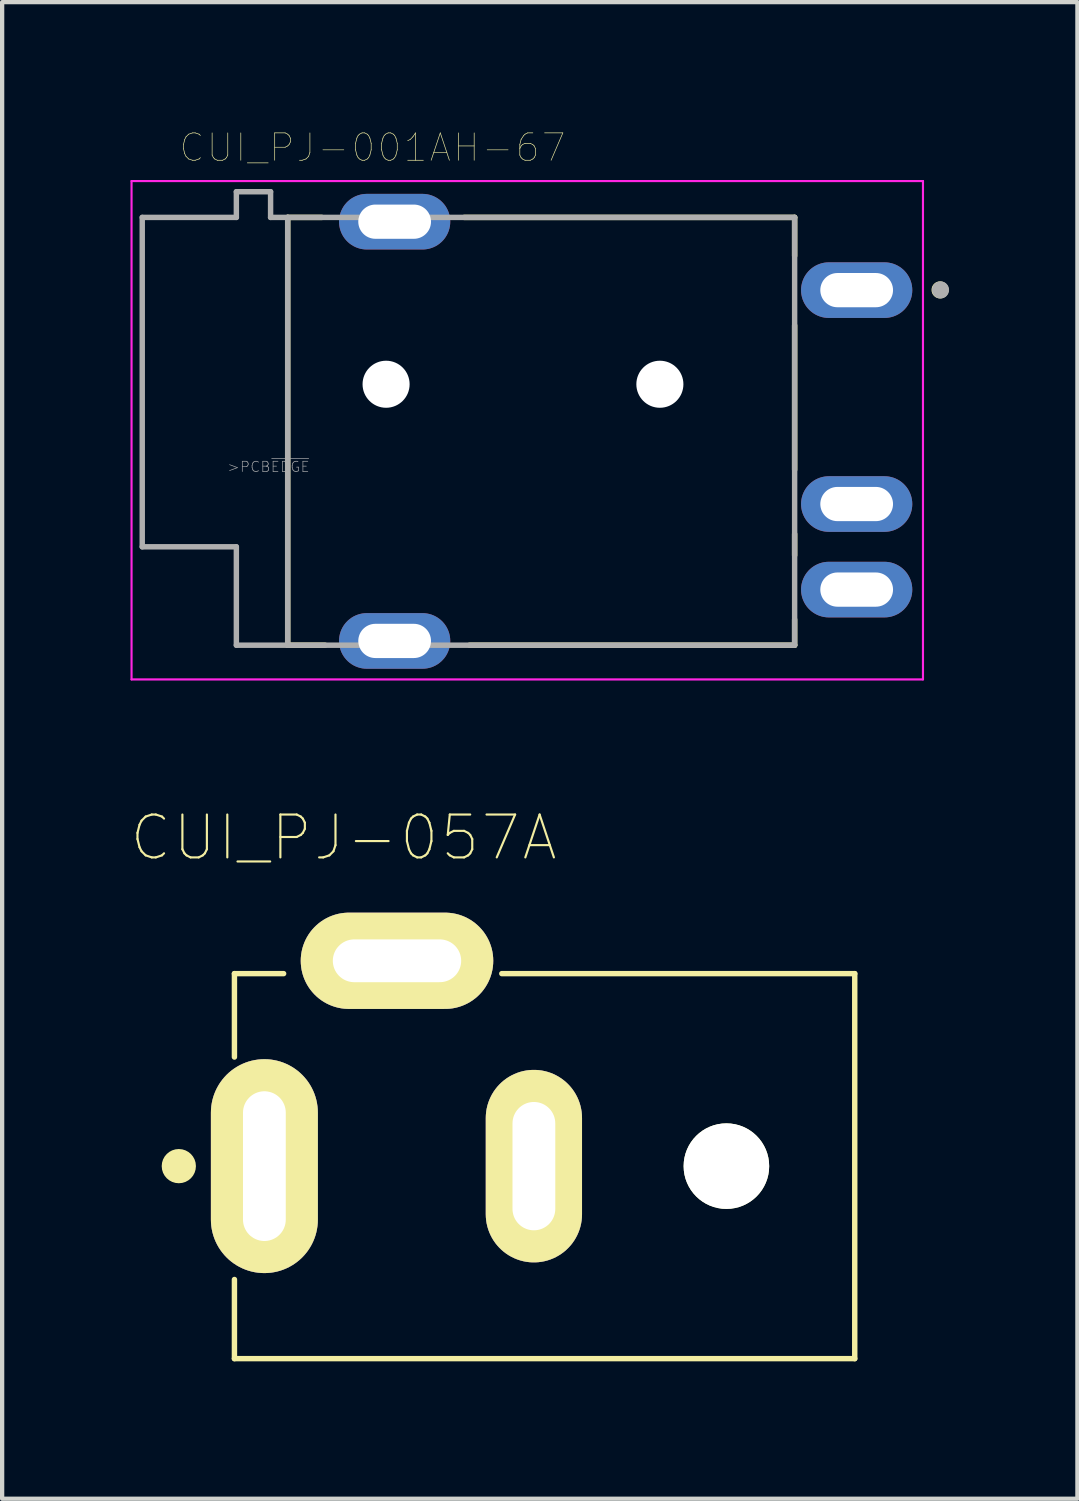
<source format=kicad_pcb>
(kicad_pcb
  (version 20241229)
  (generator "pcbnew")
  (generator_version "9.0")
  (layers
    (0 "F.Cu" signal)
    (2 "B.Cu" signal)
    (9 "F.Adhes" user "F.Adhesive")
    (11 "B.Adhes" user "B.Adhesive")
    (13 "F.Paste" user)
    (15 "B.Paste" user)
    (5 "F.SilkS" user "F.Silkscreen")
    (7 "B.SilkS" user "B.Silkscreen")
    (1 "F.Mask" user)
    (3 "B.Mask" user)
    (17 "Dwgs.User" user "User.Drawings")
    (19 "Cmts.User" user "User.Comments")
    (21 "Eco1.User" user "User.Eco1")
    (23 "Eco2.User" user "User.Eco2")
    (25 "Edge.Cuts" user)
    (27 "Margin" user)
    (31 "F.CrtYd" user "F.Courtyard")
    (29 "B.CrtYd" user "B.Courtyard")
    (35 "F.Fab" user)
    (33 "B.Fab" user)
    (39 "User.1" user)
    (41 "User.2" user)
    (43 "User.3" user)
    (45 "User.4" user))
  (footprint "CUI_PJ-001AH-67"
    (layer "F.Cu")
    (at 3.675 5.932)
    (property "Reference" "CUI_PJ-001AH-67" (at 1.982 -5.531 0) (layer "F.SilkS") (effects (font (size 0.64 0.64) (thickness 0.015))))
    (attr through_hole)
    (fp_line (start 0 -3.9) (end 0.8 -3.9) (stroke (width 0.127) (type solid)) (layer "F.SilkS"))
    (fp_line (start 0 6.1) (end 0 -3.9) (stroke (width 0.127) (type solid)) (layer "F.SilkS"))
    (fp_line (start 0.875 6.1) (end 0 6.1) (stroke (width 0.127) (type solid)) (layer "F.SilkS"))
    (fp_line (start 4.125 -3.9) (end 11.85 -3.9) (stroke (width 0.127) (type solid)) (layer "F.SilkS"))
    (fp_line (start 11.85 -3.9) (end 11.85 -3) (stroke (width 0.127) (type solid)) (layer "F.SilkS"))
    (fp_line (start 11.85 -1.375) (end 11.85 2) (stroke (width 0.127) (type solid)) (layer "F.SilkS"))
    (fp_line (start 11.85 3.5) (end 11.85 4) (stroke (width 0.127) (type solid)) (layer "F.SilkS"))
    (fp_line (start 11.85 5.5) (end 11.85 6.1) (stroke (width 0.127) (type solid)) (layer "F.SilkS"))
    (fp_line (start 11.85 6.1) (end 4.25 6.1) (stroke (width 0.127) (type solid)) (layer "F.SilkS"))
    (fp_circle (center 15.25 -2.205) (end 15.35 -2.205) (stroke (width 0.2) (type solid)) (fill no) (layer "F.SilkS"))
    (fp_line (start -3.65 -4.75) (end 14.85 -4.75) (stroke (width 0.05) (type solid)) (layer "F.CrtYd"))
    (fp_line (start -3.65 6.9) (end -3.65 -4.75) (stroke (width 0.05) (type solid)) (layer "F.CrtYd"))
    (fp_line (start 14.85 -4.75) (end 14.85 6.9) (stroke (width 0.05) (type solid)) (layer "F.CrtYd"))
    (fp_line (start 14.85 6.9) (end -3.65 6.9) (stroke (width 0.05) (type solid)) (layer "F.CrtYd"))
    (fp_line (start -3.4 -3.9) (end -1.2 -3.9) (stroke (width 0.127) (type solid)) (layer "F.Fab"))
    (fp_line (start -3.4 3.8) (end -3.4 -3.9) (stroke (width 0.127) (type solid)) (layer "F.Fab"))
    (fp_line (start -1.2 -4.5) (end -0.4 -4.5) (stroke (width 0.127) (type solid)) (layer "F.Fab"))
    (fp_line (start -1.2 -3.9) (end -1.2 -4.5) (stroke (width 0.127) (type solid)) (layer "F.Fab"))
    (fp_line (start -1.2 3.8) (end -3.4 3.8) (stroke (width 0.127) (type solid)) (layer "F.Fab"))
    (fp_line (start -1.2 6.1) (end -1.2 3.8) (stroke (width 0.127) (type solid)) (layer "F.Fab"))
    (fp_line (start -0.4 -4.5) (end -0.4 -3.9) (stroke (width 0.127) (type solid)) (layer "F.Fab"))
    (fp_line (start -0.4 -3.9) (end 0 -3.9) (stroke (width 0.127) (type solid)) (layer "F.Fab"))
    (fp_line (start 0 -3.9) (end 11.85 -3.9) (stroke (width 0.127) (type solid)) (layer "F.Fab"))
    (fp_line (start 0 6.1) (end -1.2 6.1) (stroke (width 0.127) (type solid)) (layer "F.Fab"))
    (fp_line (start 0 6.1) (end 0 -3.9) (stroke (width 0.127) (type solid)) (layer "F.Fab"))
    (fp_line (start 0 6.1) (end 11.85 6.1) (stroke (width 0.127) (type solid)) (layer "F.Fab"))
    (fp_line (start 11.85 6.1) (end 11.85 -3.9) (stroke (width 0.127) (type solid)) (layer "F.Fab"))
    (fp_circle (center 15.26 -2.205) (end 15.36 -2.205) (stroke (width 0.2) (type solid)) (fill no) (layer "F.Fab"))
    (fp_text user ">PCB~{EDGE}" (at -0.45 1.93 0) (layer "F.Fab") (effects (font (size 0.24 0.24) (thickness 0.015))))
    (pad "" np_thru_hole circle (at 2.3 0) (size 1.1 1.1) (drill 1.1) (layers "*.Cu" "*.Mask"))
    (pad "" np_thru_hole circle (at 8.7 0) (size 1.1 1.1) (drill 1.1) (layers "*.Cu" "*.Mask"))
    (pad "1" thru_hole oval (at 13.3 -2.2) (size 2.6 1.3) (drill oval 1.7 0.8) (layers "*.Cu" "*.Mask"))
    (pad "2" thru_hole oval (at 13.3 4.8) (size 2.6 1.3) (drill oval 1.7 0.8) (layers "*.Cu" "*.Mask"))
    (pad "3" thru_hole oval (at 13.3 2.8) (size 2.6 1.3) (drill oval 1.7 0.8) (layers "*.Cu" "*.Mask"))
    (pad "S1" thru_hole oval (at 2.5 -3.8) (size 2.6 1.3) (drill oval 1.7 0.8) (layers "*.Cu" "*.Mask"))
    (pad "S2" thru_hole oval (at 2.5 6) (size 2.6 1.3) (drill oval 1.7 0.8) (layers "*.Cu" "*.Mask")))
  (footprint "CUI_PJ-057A"
    (layer "F.Cu")
    (at 3.13 24.209)
    (property "Reference" "CUI_PJ-057A" (at 1.853 -7.678 0) (layer "F.SilkS") (effects (font (size 1.002 1.002) (thickness 0.05))))
    (attr through_hole)
    (fp_line (start -0.7 -4.5) (end 0.45 -4.5) (stroke (width 0.127) (type solid)) (layer "F.SilkS"))
    (fp_line (start -0.7 -2.55) (end -0.7 -4.5) (stroke (width 0.127) (type solid)) (layer "F.SilkS"))
    (fp_line (start -0.7 4.5) (end -0.7 2.65) (stroke (width 0.127) (type solid)) (layer "F.SilkS"))
    (fp_line (start 5.55 -4.5) (end 13.8 -4.5) (stroke (width 0.127) (type solid)) (layer "F.SilkS"))
    (fp_line (start 13.8 -4.5) (end 13.8 4.5) (stroke (width 0.127) (type solid)) (layer "F.SilkS"))
    (fp_line (start 13.8 4.5) (end -0.7 4.5) (stroke (width 0.127) (type solid)) (layer "F.SilkS"))
    (fp_circle (center -2 0) (end -1.8 0) (stroke (width 0.4) (type solid)) (fill no) (layer "F.SilkS"))
    (fp_line (start -1.55 -2.25) (end -1.55 2.35) (stroke (width 0.05) (type solid)) (layer "Eco1.User"))
    (fp_line (start -1.55 2.35) (end -0.95 2.35) (stroke (width 0.05) (type solid)) (layer "Eco1.User"))
    (fp_line (start -0.95 -4.75) (end 0.45 -4.75) (stroke (width 0.05) (type solid)) (layer "Eco1.User"))
    (fp_line (start -0.95 -2.25) (end -1.55 -2.25) (stroke (width 0.05) (type solid)) (layer "Eco1.User"))
    (fp_line (start -0.95 -2.25) (end -0.95 -4.75) (stroke (width 0.05) (type solid)) (layer "Eco1.User"))
    (fp_line (start -0.95 4.75) (end -0.95 2.35) (stroke (width 0.05) (type solid)) (layer "Eco1.User"))
    (fp_line (start 0.45 -6.1) (end 5.55 -6.1) (stroke (width 0.05) (type solid)) (layer "Eco1.User"))
    (fp_line (start 0.45 -4.75) (end 0.45 -6.1) (stroke (width 0.05) (type solid)) (layer "Eco1.User"))
    (fp_line (start 5.55 -6.1) (end 5.55 -4.75) (stroke (width 0.05) (type solid)) (layer "Eco1.User"))
    (fp_line (start 5.55 -4.75) (end 14.05 -4.75) (stroke (width 0.05) (type solid)) (layer "Eco1.User"))
    (fp_line (start 14.05 -4.75) (end 14.05 4.75) (stroke (width 0.05) (type solid)) (layer "Eco1.User"))
    (fp_line (start 14.05 4.75) (end -0.95 4.75) (stroke (width 0.05) (type solid)) (layer "Eco1.User"))
    (pad "" np_thru_hole circle (at 10.8 0) (size 2 2) (drill 2) (layers "*.Cu" "*.Mask" "F.SilkS"))
    (pad "1" thru_hole oval (at 0 0 90) (size 5 2.5) (drill oval 3.5 1) (layers "*.Cu" "*.Mask" "F.SilkS"))
    (pad "2" thru_hole oval (at 6.3 0 90) (size 4.5 2.25) (drill oval 3 1) (layers "*.Cu" "*.Mask" "F.SilkS"))
    (pad "3" thru_hole oval (at 3.1 -4.8 180) (size 4.5 2.25) (drill oval 3 1) (layers "*.Cu" "*.Mask" "F.SilkS")))
  (gr_rect
    (start -3 -3)
    (end 22.135 31.984)
    (stroke (width 0.1) (type default))
    (fill no)
    (layer "Edge.Cuts")))
</source>
